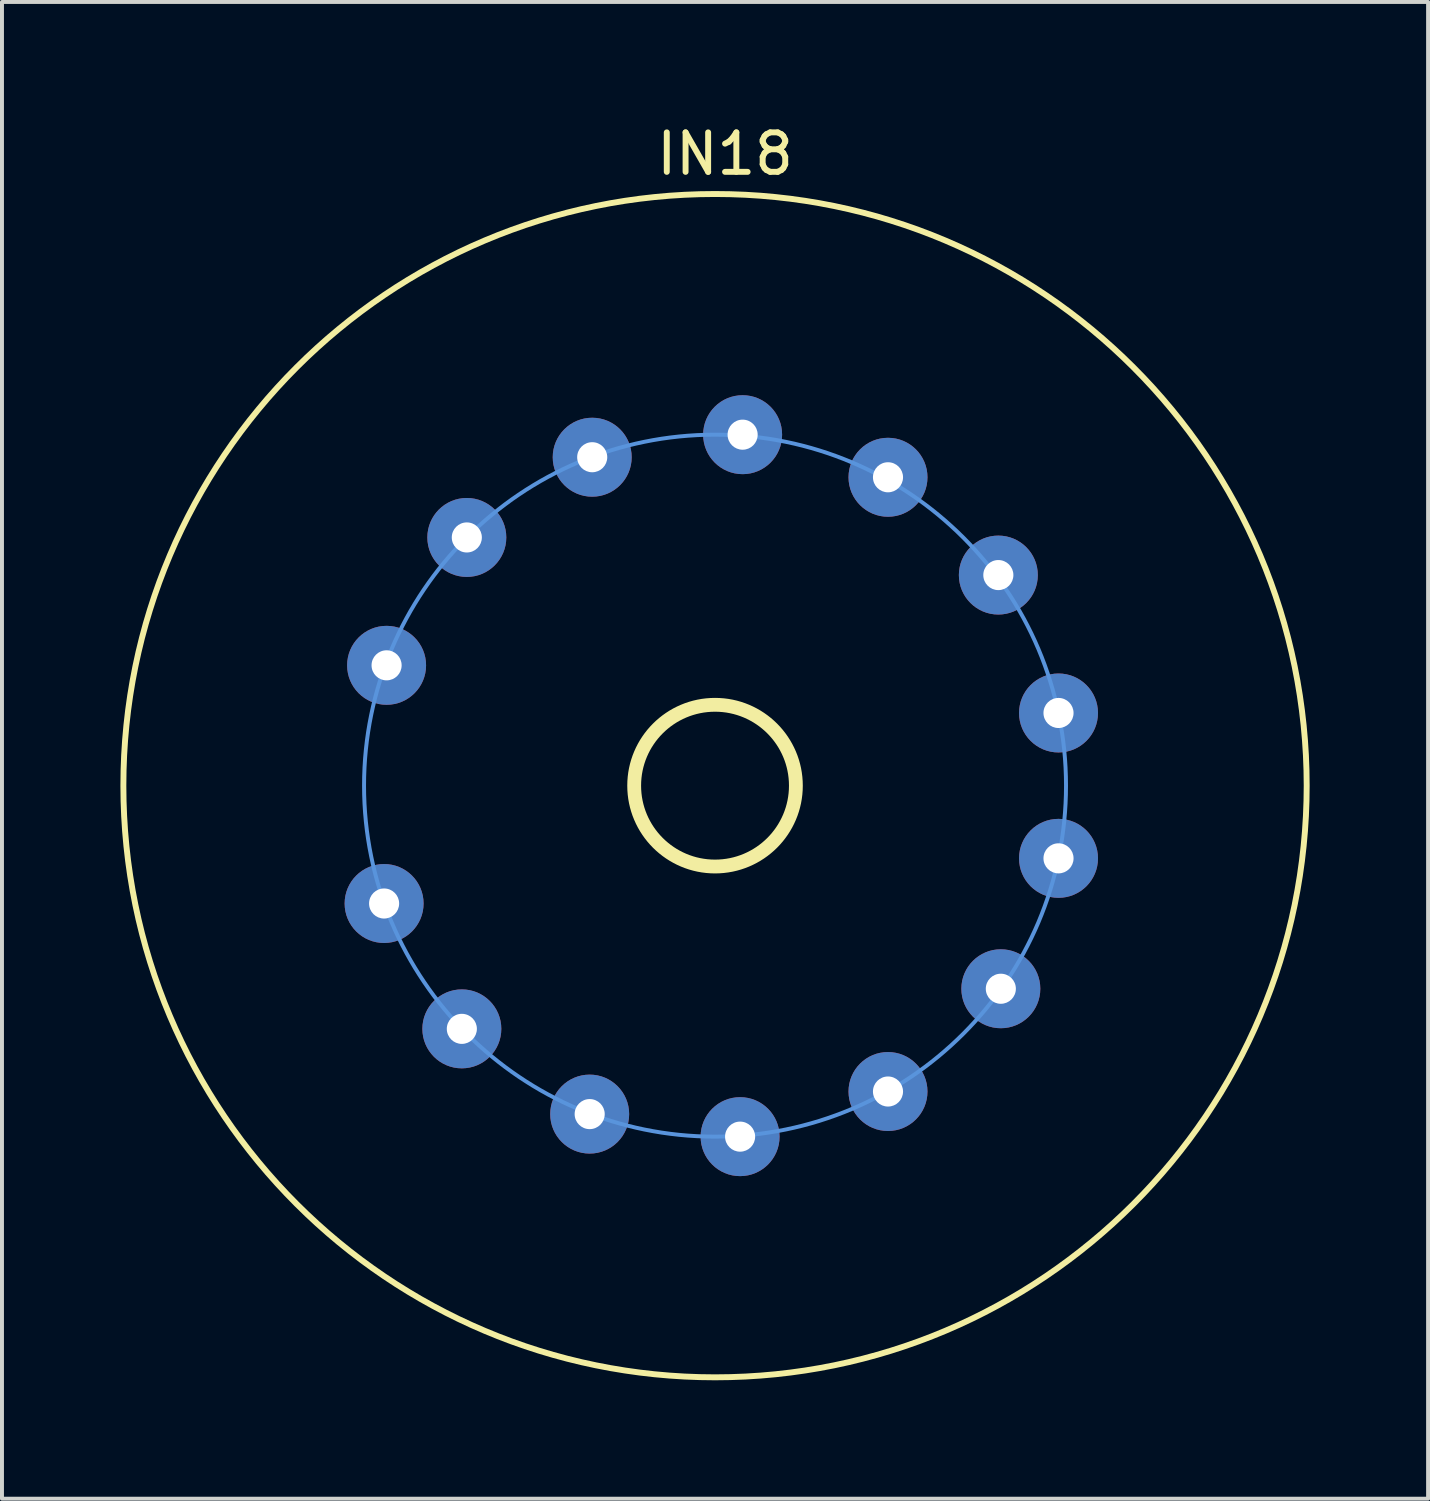
<source format=kicad_pcb>
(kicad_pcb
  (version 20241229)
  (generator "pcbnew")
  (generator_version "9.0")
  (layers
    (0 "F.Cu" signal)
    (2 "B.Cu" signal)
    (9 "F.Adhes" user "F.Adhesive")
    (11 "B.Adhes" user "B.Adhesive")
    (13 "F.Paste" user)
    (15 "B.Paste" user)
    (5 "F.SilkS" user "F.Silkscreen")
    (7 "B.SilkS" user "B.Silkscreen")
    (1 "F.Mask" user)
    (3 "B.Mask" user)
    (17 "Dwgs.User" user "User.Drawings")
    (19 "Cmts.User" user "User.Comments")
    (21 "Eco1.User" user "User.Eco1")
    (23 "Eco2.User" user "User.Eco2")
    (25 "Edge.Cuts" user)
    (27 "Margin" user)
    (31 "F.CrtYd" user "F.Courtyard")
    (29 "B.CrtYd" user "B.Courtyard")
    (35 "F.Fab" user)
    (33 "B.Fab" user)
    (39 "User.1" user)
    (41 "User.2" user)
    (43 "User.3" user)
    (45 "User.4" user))
  (footprint "IN18"
    (layer "F.Cu")
    (at 15.061 16.85)
    (property "Reference" "IN18" (at 0.254 -16.002 0) (layer "F.SilkS") (effects (font (size 1 1) (thickness 0.15))))
    (attr through_hole)
    (fp_circle (center 0 0) (end 0 14.986) (stroke (width 0.15) (type solid)) (fill no) (layer "F.SilkS"))
    (fp_circle (center 0 0) (end 2.048 0) (stroke (width 0.35) (type solid)) (fill no) (layer "F.SilkS"))
    (fp_circle (center 0 0) (end 8.89 0) (stroke (width 0.1) (type solid)) (fill no) (layer "Cmts.User"))
    (pad "1" thru_hole circle (at -8.382 2.985) (size 2 2) (drill 0.762) (layers "*.Cu" "*.Mask"))
    (pad "2" thru_hole circle (at -6.413 6.16) (size 2 2) (drill 0.762) (layers "*.Cu" "*.Mask"))
    (pad "3" thru_hole circle (at -3.175 8.319) (size 2 2) (drill 0.762) (layers "*.Cu" "*.Mask"))
    (pad "4" thru_hole circle (at 0.635 8.89) (size 2 2) (drill 0.762) (layers "*.Cu" "*.Mask"))
    (pad "5" thru_hole circle (at 4.381 7.747) (size 2 2) (drill 0.762) (layers "*.Cu" "*.Mask"))
    (pad "6" thru_hole circle (at 7.239 5.144) (size 2 2) (drill 0.762) (layers "*.Cu" "*.Mask"))
    (pad "7" thru_hole circle (at 8.7 1.841) (size 2 2) (drill 0.762) (layers "*.Cu" "*.Mask"))
    (pad "8" thru_hole circle (at 8.7 -1.841) (size 2 2) (drill 0.762) (layers "*.Cu" "*.Mask"))
    (pad "9" thru_hole circle (at 7.176 -5.334) (size 2 2) (drill 0.762) (layers "*.Cu" "*.Mask"))
    (pad "10" thru_hole circle (at 4.381 -7.811) (size 2 2) (drill 0.762) (layers "*.Cu" "*.Mask"))
    (pad "11" thru_hole circle (at 0.699 -8.89) (size 2 2) (drill 0.762) (layers "*.Cu" "*.Mask"))
    (pad "12" thru_hole circle (at -3.111 -8.319) (size 2 2) (drill 0.762) (layers "*.Cu" "*.Mask"))
    (pad "13" thru_hole circle (at -6.287 -6.287) (size 2 2) (drill 0.762) (layers "*.Cu" "*.Mask"))
    (pad "14" thru_hole circle (at -8.319 -3.048) (size 2 2) (drill 0.762) (layers "*.Cu" "*.Mask")))
  (gr_rect
    (start -3 -3)
    (end 33.122 34.911)
    (stroke (width 0.1) (type default))
    (fill no)
    (layer "Edge.Cuts")))
</source>
